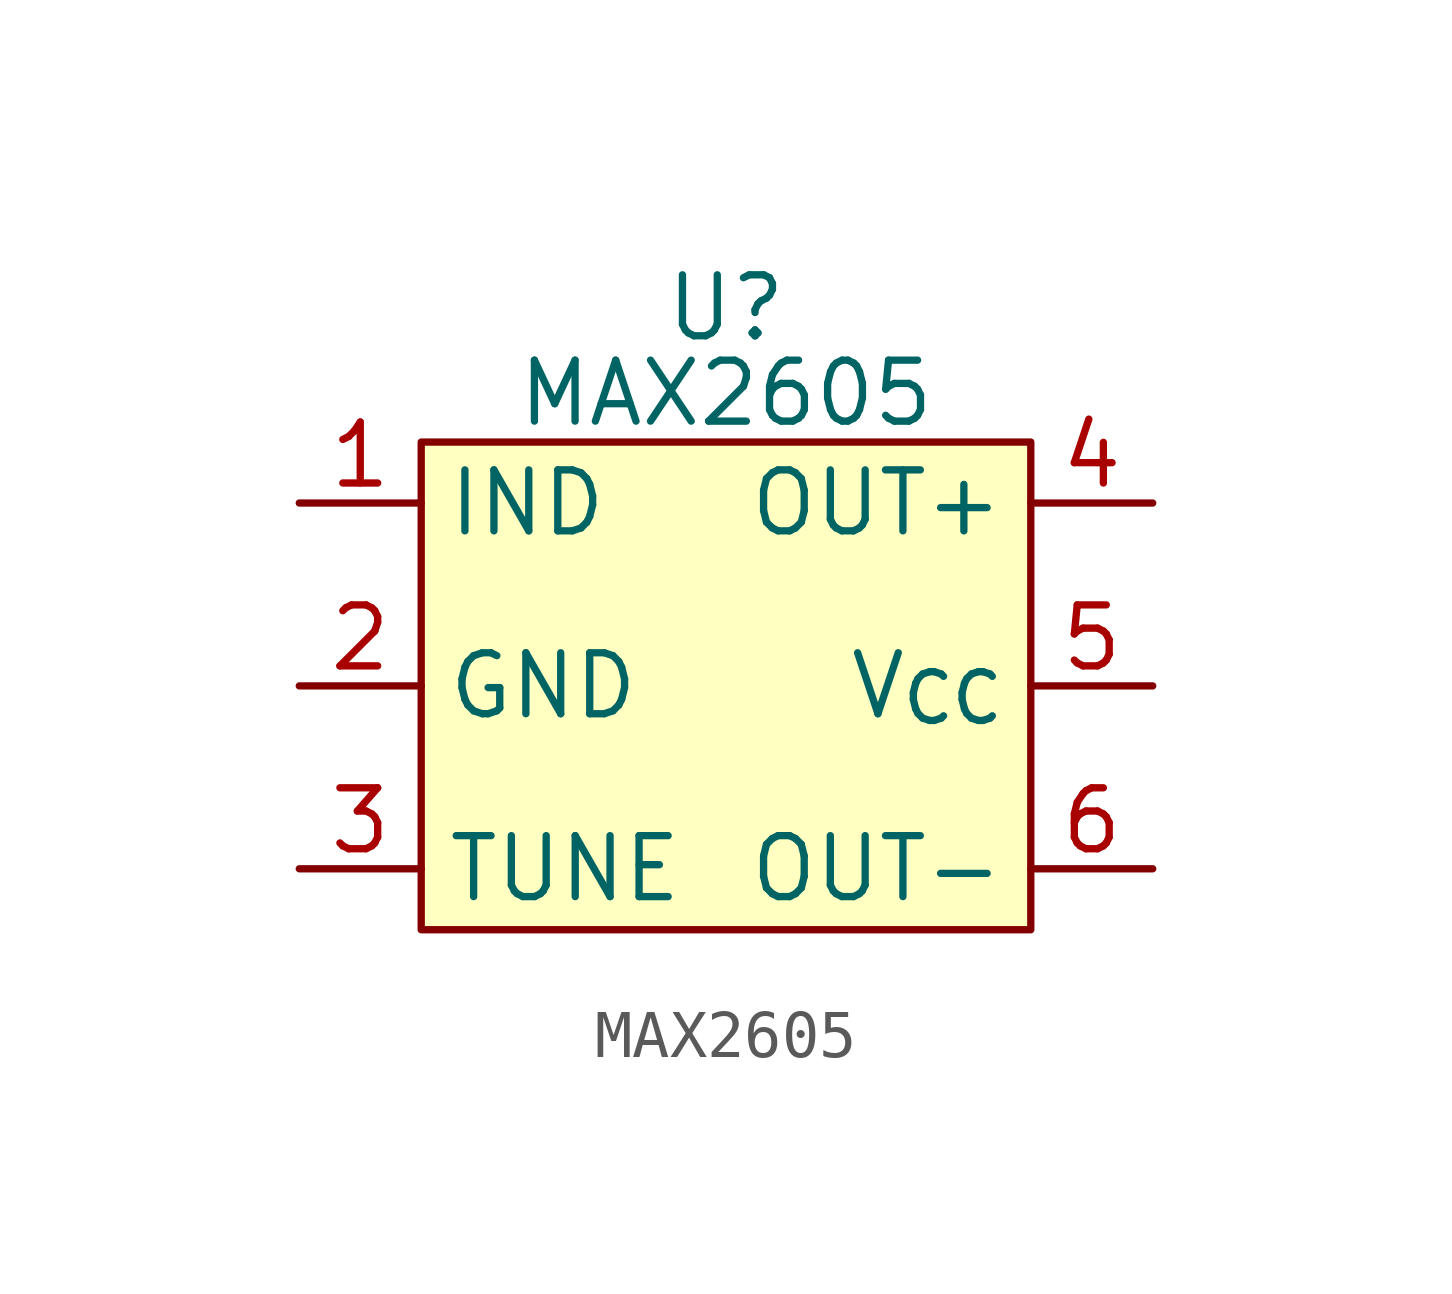
<source format=kicad_sym>
(kicad_symbol_lib
  (version 20231120)
  (generator "kicad_symbol_editor")
  (generator_version "8.0")
  (symbol "MAX2605"
    (property "Reference" "U"
      (at 0 7.874 0)
      (effects (font (size 1.27 1.27))))
    (property "Value" "MAX2605"
      (at 0 6.096 0)
      (effects (font (size 1.27 1.27))))
    (symbol "MAX2605_1_1"
      (rectangle (start -6.35 5.08) (end 6.35 -5.08) (stroke (width 0) (type default)) (fill (type background)))
      (pin input line (at -8.89 3.81 0) (length 2.54) (name "IND" (effects (font (size 1.27 1.27)))) (number "1" (effects (font (size 1.27 1.27)))))
      (pin input line (at -8.89 0 0) (length 2.54) (name "GND" (effects (font (size 1.27 1.27)))) (number "2" (effects (font (size 1.27 1.27)))))
      (pin input line (at -8.89 -3.81 0) (length 2.54) (name "TUNE" (effects (font (size 1.27 1.27)))) (number "3" (effects (font (size 1.27 1.27)))))
      (pin input line (at 8.89 3.81 180) (length 2.54) (name "OUT+" (effects (font (size 1.27 1.27)))) (number "4" (effects (font (size 1.27 1.27)))))
      (pin input line (at 8.89 0 180) (length 2.54) (name "V_{CC}" (effects (font (size 1.27 1.27)))) (number "5" (effects (font (size 1.27 1.27)))))
      (pin input line (at 8.89 -3.81 180) (length 2.54) (name "OUT-" (effects (font (size 1.27 1.27)))) (number "6" (effects (font (size 1.27 1.27))))))))
</source>
